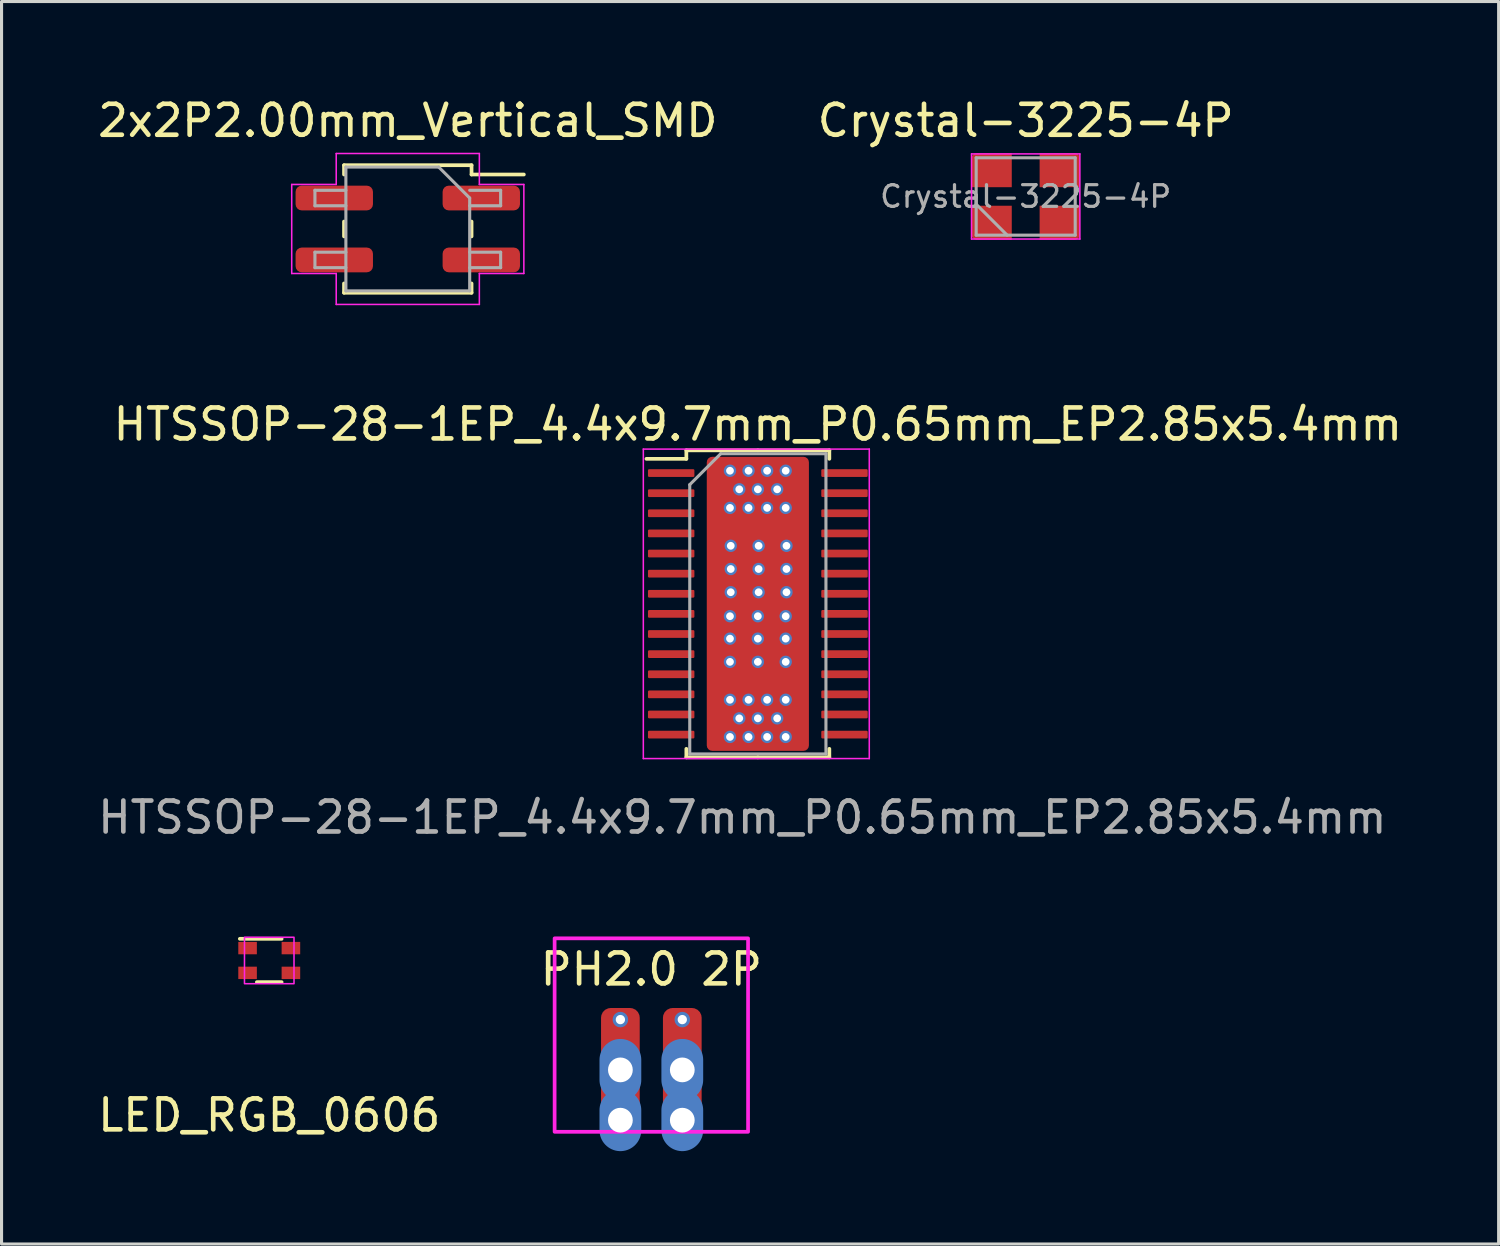
<source format=kicad_pcb>
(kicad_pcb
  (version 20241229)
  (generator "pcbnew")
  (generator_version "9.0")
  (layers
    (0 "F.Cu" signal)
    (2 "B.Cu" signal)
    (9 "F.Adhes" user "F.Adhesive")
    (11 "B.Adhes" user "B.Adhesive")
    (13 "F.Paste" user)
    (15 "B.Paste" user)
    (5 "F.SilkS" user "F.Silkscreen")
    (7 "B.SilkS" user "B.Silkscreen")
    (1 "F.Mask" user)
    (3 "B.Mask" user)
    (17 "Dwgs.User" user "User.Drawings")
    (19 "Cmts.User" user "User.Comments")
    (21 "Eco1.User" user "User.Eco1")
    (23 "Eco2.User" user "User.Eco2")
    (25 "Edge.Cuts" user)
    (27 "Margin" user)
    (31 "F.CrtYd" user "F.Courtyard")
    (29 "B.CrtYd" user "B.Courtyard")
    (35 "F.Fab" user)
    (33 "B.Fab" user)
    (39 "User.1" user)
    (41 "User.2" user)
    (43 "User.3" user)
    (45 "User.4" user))
  (footprint "Crystal-3225-4P"
    (layer "F.Cu")
    (at 30.089 3.298)
    (property "Reference" "Crystal-3225-4P" (at 0 -2.45 0) (layer "F.SilkS") (effects (font (size 1 1) (thickness 0.15))))
    (attr smd)
    (fp_line (start -1.75 -1.375) (end -1.75 1.375) (stroke (width 0.05) (type solid)) (layer "F.CrtYd"))
    (fp_line (start -1.75 1.375) (end 1.75 1.375) (stroke (width 0.05) (type solid)) (layer "F.CrtYd"))
    (fp_line (start 1.75 -1.375) (end -1.75 -1.375) (stroke (width 0.05) (type solid)) (layer "F.CrtYd"))
    (fp_line (start 1.75 1.375) (end 1.75 -1.375) (stroke (width 0.05) (type solid)) (layer "F.CrtYd"))
    (fp_line (start -1.6 -1.25) (end -1.6 1.25) (stroke (width 0.1) (type solid)) (layer "F.Fab"))
    (fp_line (start -1.6 0.25) (end -0.6 1.25) (stroke (width 0.1) (type solid)) (layer "F.Fab"))
    (fp_line (start -1.6 1.25) (end 1.6 1.25) (stroke (width 0.1) (type solid)) (layer "F.Fab"))
    (fp_line (start 1.6 -1.25) (end -1.6 -1.25) (stroke (width 0.1) (type solid)) (layer "F.Fab"))
    (fp_line (start 1.6 1.25) (end 1.6 -1.25) (stroke (width 0.1) (type solid)) (layer "F.Fab"))
    (fp_text user "${REFERENCE}" (at 0 0 0) (layer "F.Fab") (effects (font (size 0.7 0.7) (thickness 0.105))))
    (pad "1" smd roundrect (at -1.1 0.85) (size 1.3 1.1) (layers "F.Cu" "F.Mask" "F.Paste") (roundrect_rratio 0.15) (chamfer_ratio 0) (chamfer top_left top_right bottom_right))
    (pad "2" smd roundrect (at 1.1 0.85) (size 1.3 1.1) (property pad_prop_heatsink) (layers "F.Cu" "F.Mask" "F.Paste") (roundrect_rratio 0.15) (chamfer_ratio 0) (chamfer top_left top_right bottom_left))
    (pad "3" smd roundrect (at 1.1 -0.85) (size 1.3 1.1) (layers "F.Cu" "F.Mask" "F.Paste") (roundrect_rratio 0.15) (chamfer_ratio 0) (chamfer top_left bottom_left bottom_right))
    (pad "4" smd roundrect (at -1.1 -0.85) (size 1.3 1.1) (property pad_prop_heatsink) (layers "F.Cu" "F.Mask" "F.Paste") (roundrect_rratio 0.15) (chamfer_ratio 0) (chamfer top_right bottom_left bottom_right)))
  (footprint "HTSSOP-28-1EP_4.4x9.7mm_P0.65mm_EP2.85x5.4mm"
    (layer "F.Cu")
    (at 21.435 16.459)
    (property "Reference" "HTSSOP-28-1EP_4.4x9.7mm_P0.65mm_EP2.85x5.4mm" (at 0 -5.8 0) (layer "F.SilkS") (effects (font (size 1 1) (thickness 0.15))))
    (attr smd)
    (fp_rect (start -1.3 -2.5) (end 1.3 2.5) (stroke (width 0.5) (type solid)) (fill yes) (layer "F.Mask"))
    (fp_line (start -2.31 -4.96) (end -2.31 -4.685) (stroke (width 0.12) (type solid)) (layer "F.SilkS"))
    (fp_line (start -2.31 -4.685) (end -3.6 -4.685) (stroke (width 0.12) (type solid)) (layer "F.SilkS"))
    (fp_line (start -2.31 4.96) (end -2.31 4.685) (stroke (width 0.12) (type solid)) (layer "F.SilkS"))
    (fp_line (start 0 -4.96) (end -2.31 -4.96) (stroke (width 0.12) (type solid)) (layer "F.SilkS"))
    (fp_line (start 0 -4.96) (end 2.31 -4.96) (stroke (width 0.12) (type solid)) (layer "F.SilkS"))
    (fp_line (start 0 4.96) (end -2.31 4.96) (stroke (width 0.12) (type solid)) (layer "F.SilkS"))
    (fp_line (start 0 4.96) (end 2.31 4.96) (stroke (width 0.12) (type solid)) (layer "F.SilkS"))
    (fp_line (start 2.31 -4.96) (end 2.31 -4.685) (stroke (width 0.12) (type solid)) (layer "F.SilkS"))
    (fp_line (start 2.31 4.96) (end 2.31 4.685) (stroke (width 0.12) (type solid)) (layer "F.SilkS"))
    (fp_rect (start -1.2 -2.4) (end -0.8 -1.3) (stroke (width 0.5) (type solid)) (fill yes) (layer "F.Paste"))
    (fp_rect (start -1.2 -0.65) (end -0.8 0.65) (stroke (width 0.5) (type solid)) (fill yes) (layer "F.Paste"))
    (fp_rect (start -1.2 1.3) (end -0.8 2.4) (stroke (width 0.5) (type solid)) (fill yes) (layer "F.Paste"))
    (fp_rect (start -0.2 -2.4) (end 0.2 -1.3) (stroke (width 0.5) (type solid)) (fill yes) (layer "F.Paste"))
    (fp_rect (start -0.2 -0.65) (end 0.2 0.65) (stroke (width 0.5) (type solid)) (fill yes) (layer "F.Paste"))
    (fp_rect (start -0.2 1.3) (end 0.2 2.4) (stroke (width 0.5) (type solid)) (fill yes) (layer "F.Paste"))
    (fp_rect (start 0.8 -2.4) (end 1.2 -1.3) (stroke (width 0.5) (type solid)) (fill yes) (layer "F.Paste"))
    (fp_rect (start 0.8 -0.65) (end 1.2 0.65) (stroke (width 0.5) (type solid)) (fill yes) (layer "F.Paste"))
    (fp_rect (start 0.8 1.3) (end 1.2 2.4) (stroke (width 0.5) (type solid)) (fill yes) (layer "F.Paste"))
    (fp_line (start -3.7 -5) (end -3.7 5) (stroke (width 0.05) (type solid)) (layer "F.CrtYd"))
    (fp_line (start -3.7 5) (end 3.6 5) (stroke (width 0.05) (type solid)) (layer "F.CrtYd"))
    (fp_line (start 3.6 -5) (end -3.7 -5) (stroke (width 0.05) (type solid)) (layer "F.CrtYd"))
    (fp_line (start 3.6 5) (end 3.6 -5) (stroke (width 0.05) (type solid)) (layer "F.CrtYd"))
    (fp_line (start -2.2 -3.85) (end -1.2 -4.85) (stroke (width 0.1) (type solid)) (layer "F.Fab"))
    (fp_line (start -2.2 4.85) (end -2.2 -3.85) (stroke (width 0.1) (type solid)) (layer "F.Fab"))
    (fp_line (start -1.2 -4.85) (end 2.2 -4.85) (stroke (width 0.1) (type solid)) (layer "F.Fab"))
    (fp_line (start 2.2 -4.85) (end 2.2 4.85) (stroke (width 0.1) (type solid)) (layer "F.Fab"))
    (fp_line (start 2.2 4.85) (end -2.2 4.85) (stroke (width 0.1) (type solid)) (layer "F.Fab"))
    (fp_text user "${REFERENCE}" (at -0.5 6.9 0) (layer "F.Fab") (effects (font (size 1 1) (thickness 0.15))))
    (pad "1" smd roundrect (at -2.8 -4.225) (size 1.5 0.25) (layers "F.Cu" "F.Mask" "F.Paste") (roundrect_rratio 0.15))
    (pad "2" smd roundrect (at -2.8 -3.575) (size 1.5 0.25) (layers "F.Cu" "F.Mask" "F.Paste") (roundrect_rratio 0.15))
    (pad "3" smd roundrect (at -2.8 -2.925) (size 1.5 0.25) (layers "F.Cu" "F.Mask" "F.Paste") (roundrect_rratio 0.15))
    (pad "4" smd roundrect (at -2.8 -2.275) (size 1.5 0.25) (layers "F.Cu" "F.Mask" "F.Paste") (roundrect_rratio 0.15))
    (pad "5" smd roundrect (at -2.8 -1.625) (size 1.5 0.25) (layers "F.Cu" "F.Mask" "F.Paste") (roundrect_rratio 0.15))
    (pad "6" smd roundrect (at -2.8 -0.975) (size 1.5 0.25) (layers "F.Cu" "F.Mask" "F.Paste") (roundrect_rratio 0.15))
    (pad "7" smd roundrect (at -2.8 -0.325) (size 1.5 0.25) (layers "F.Cu" "F.Mask" "F.Paste") (roundrect_rratio 0.15))
    (pad "8" smd roundrect (at -2.8 0.325) (size 1.5 0.25) (layers "F.Cu" "F.Mask" "F.Paste") (roundrect_rratio 0.15))
    (pad "9" smd roundrect (at -2.8 0.975) (size 1.5 0.25) (layers "F.Cu" "F.Mask" "F.Paste") (roundrect_rratio 0.15))
    (pad "10" smd roundrect (at -2.8 1.625) (size 1.5 0.25) (layers "F.Cu" "F.Mask" "F.Paste") (roundrect_rratio 0.15))
    (pad "11" smd roundrect (at -2.8 2.275) (size 1.5 0.25) (layers "F.Cu" "F.Mask" "F.Paste") (roundrect_rratio 0.15))
    (pad "12" smd roundrect (at -2.8 2.925) (size 1.5 0.25) (layers "F.Cu" "F.Mask" "F.Paste") (roundrect_rratio 0.15))
    (pad "13" smd roundrect (at -2.8 3.575) (size 1.5 0.25) (layers "F.Cu" "F.Mask" "F.Paste") (roundrect_rratio 0.15))
    (pad "14" smd roundrect (at -2.8 4.225) (size 1.5 0.25) (layers "F.Cu" "F.Mask" "F.Paste") (roundrect_rratio 0.15))
    (pad "15" smd roundrect (at 2.8 4.225) (size 1.5 0.25) (layers "F.Cu" "F.Mask" "F.Paste") (roundrect_rratio 0.15))
    (pad "16" smd roundrect (at 2.8 3.575) (size 1.5 0.25) (layers "F.Cu" "F.Mask" "F.Paste") (roundrect_rratio 0.15))
    (pad "17" smd roundrect (at 2.8 2.925) (size 1.5 0.25) (layers "F.Cu" "F.Mask" "F.Paste") (roundrect_rratio 0.15))
    (pad "18" smd roundrect (at 2.8 2.275) (size 1.5 0.25) (layers "F.Cu" "F.Mask" "F.Paste") (roundrect_rratio 0.15))
    (pad "19" smd roundrect (at 2.8 1.625) (size 1.5 0.25) (layers "F.Cu" "F.Mask" "F.Paste") (roundrect_rratio 0.15))
    (pad "20" smd roundrect (at 2.8 0.975) (size 1.5 0.25) (layers "F.Cu" "F.Mask" "F.Paste") (roundrect_rratio 0.15))
    (pad "21" smd roundrect (at 2.8 0.325) (size 1.5 0.25) (layers "F.Cu" "F.Mask" "F.Paste") (roundrect_rratio 0.15))
    (pad "22" smd roundrect (at 2.8 -0.325) (size 1.5 0.25) (layers "F.Cu" "F.Mask" "F.Paste") (roundrect_rratio 0.15))
    (pad "23" smd roundrect (at 2.8 -0.975) (size 1.5 0.25) (layers "F.Cu" "F.Mask" "F.Paste") (roundrect_rratio 0.15))
    (pad "24" smd roundrect (at 2.8 -1.625) (size 1.5 0.25) (layers "F.Cu" "F.Mask" "F.Paste") (roundrect_rratio 0.15))
    (pad "25" smd roundrect (at 2.8 -2.275) (size 1.5 0.25) (layers "F.Cu" "F.Mask" "F.Paste") (roundrect_rratio 0.15))
    (pad "26" smd roundrect (at 2.8 -2.925) (size 1.5 0.25) (layers "F.Cu" "F.Mask" "F.Paste") (roundrect_rratio 0.15))
    (pad "27" smd roundrect (at 2.8 -3.575) (size 1.5 0.25) (layers "F.Cu" "F.Mask" "F.Paste") (roundrect_rratio 0.15))
    (pad "28" smd roundrect (at 2.8 -4.225) (size 1.5 0.25) (layers "F.Cu" "F.Mask" "F.Paste") (roundrect_rratio 0.15))
    (pad "29" thru_hole circle (at -0.9 -4.3) (size 0.4 0.4) (drill 0.25) (property pad_prop_heatsink) (layers "*.Cu"))
    (pad "29" thru_hole circle (at -0.9 -3.1) (size 0.4 0.4) (drill 0.25) (property pad_prop_heatsink) (layers "*.Cu"))
    (pad "29" thru_hole circle (at -0.9 0.4) (size 0.4 0.4) (drill 0.25) (property pad_prop_heatsink) (layers "*.Cu"))
    (pad "29" thru_hole circle (at -0.9 1.125) (size 0.4 0.4) (drill 0.25) (property pad_prop_heatsink) (layers "*.Cu"))
    (pad "29" thru_hole circle (at -0.9 1.875) (size 0.4 0.4) (drill 0.25) (property pad_prop_heatsink) (layers "*.Cu"))
    (pad "29" thru_hole circle (at -0.9 3.1) (size 0.4 0.4) (drill 0.25) (property pad_prop_heatsink) (layers "*.Cu"))
    (pad "29" thru_hole circle (at -0.9 4.3) (size 0.4 0.4) (drill 0.25) (property pad_prop_heatsink) (layers "*.Cu"))
    (pad "29" thru_hole circle (at -0.875 -1.875) (size 0.4 0.4) (drill 0.25) (property pad_prop_heatsink) (layers "*.Cu"))
    (pad "29" thru_hole circle (at -0.875 -1.125) (size 0.4 0.4) (drill 0.25) (property pad_prop_heatsink) (layers "*.Cu"))
    (pad "29" thru_hole circle (at -0.875 -0.375) (size 0.4 0.4) (drill 0.25) (property pad_prop_heatsink) (layers "*.Cu"))
    (pad "29" thru_hole circle (at -0.6 -3.7) (size 0.4 0.4) (drill 0.25) (property pad_prop_heatsink) (layers "*.Cu"))
    (pad "29" thru_hole circle (at -0.6 3.7) (size 0.4 0.4) (drill 0.25) (property pad_prop_heatsink) (layers "*.Cu"))
    (pad "29" thru_hole circle (at -0.3 -4.3) (size 0.4 0.4) (drill 0.25) (property pad_prop_heatsink) (layers "*.Cu"))
    (pad "29" thru_hole circle (at -0.3 -3.1) (size 0.4 0.4) (drill 0.25) (property pad_prop_heatsink) (layers "*.Cu"))
    (pad "29" thru_hole circle (at -0.3 3.1) (size 0.4 0.4) (drill 0.25) (property pad_prop_heatsink) (layers "*.Cu"))
    (pad "29" thru_hole circle (at -0.3 4.3) (size 0.4 0.4) (drill 0.25) (property pad_prop_heatsink) (layers "*.Cu"))
    (pad "29" thru_hole circle (at 0 -3.7) (size 0.4 0.4) (drill 0.25) (property pad_prop_heatsink) (layers "*.Cu"))
    (pad "29" smd roundrect (at 0 0) (size 3.3 9.5) (layers "F.Cu") (roundrect_rratio 0.053))
    (pad "29" thru_hole circle (at 0 0.4) (size 0.4 0.4) (drill 0.25) (property pad_prop_heatsink) (layers "*.Cu"))
    (pad "29" thru_hole circle (at 0 1.125) (size 0.4 0.4) (drill 0.25) (property pad_prop_heatsink) (layers "*.Cu"))
    (pad "29" thru_hole circle (at 0 1.875) (size 0.4 0.4) (drill 0.25) (property pad_prop_heatsink) (layers "*.Cu"))
    (pad "29" thru_hole circle (at 0 3.7) (size 0.4 0.4) (drill 0.25) (property pad_prop_heatsink) (layers "*.Cu"))
    (pad "29" thru_hole circle (at 0.025 -1.875) (size 0.4 0.4) (drill 0.25) (property pad_prop_heatsink) (layers "*.Cu"))
    (pad "29" thru_hole circle (at 0.025 -1.125) (size 0.4 0.4) (drill 0.25) (property pad_prop_heatsink) (layers "*.Cu"))
    (pad "29" thru_hole circle (at 0.025 -0.375) (size 0.4 0.4) (drill 0.25) (property pad_prop_heatsink) (layers "*.Cu"))
    (pad "29" thru_hole circle (at 0.3 -4.3) (size 0.4 0.4) (drill 0.25) (property pad_prop_heatsink) (layers "*.Cu"))
    (pad "29" thru_hole circle (at 0.3 -3.1) (size 0.4 0.4) (drill 0.25) (property pad_prop_heatsink) (layers "*.Cu"))
    (pad "29" thru_hole circle (at 0.3 3.1) (size 0.4 0.4) (drill 0.25) (property pad_prop_heatsink) (layers "*.Cu"))
    (pad "29" thru_hole circle (at 0.3 4.3) (size 0.4 0.4) (drill 0.25) (property pad_prop_heatsink) (layers "*.Cu"))
    (pad "29" thru_hole circle (at 0.625 -3.7) (size 0.4 0.4) (drill 0.25) (property pad_prop_heatsink) (layers "*.Cu"))
    (pad "29" thru_hole circle (at 0.625 3.7) (size 0.4 0.4) (drill 0.25) (property pad_prop_heatsink) (layers "*.Cu"))
    (pad "29" thru_hole circle (at 0.9 -4.3) (size 0.4 0.4) (drill 0.25) (property pad_prop_heatsink) (layers "*.Cu"))
    (pad "29" thru_hole circle (at 0.9 -3.1) (size 0.4 0.4) (drill 0.25) (property pad_prop_heatsink) (layers "*.Cu"))
    (pad "29" thru_hole circle (at 0.9 0.4) (size 0.4 0.4) (drill 0.25) (property pad_prop_heatsink) (layers "*.Cu"))
    (pad "29" thru_hole circle (at 0.9 1.125) (size 0.4 0.4) (drill 0.25) (property pad_prop_heatsink) (layers "*.Cu"))
    (pad "29" thru_hole circle (at 0.9 1.875) (size 0.4 0.4) (drill 0.25) (property pad_prop_heatsink) (layers "*.Cu"))
    (pad "29" thru_hole circle (at 0.9 3.1) (size 0.4 0.4) (drill 0.25) (property pad_prop_heatsink) (layers "*.Cu"))
    (pad "29" thru_hole circle (at 0.9 4.3) (size 0.4 0.4) (drill 0.25) (property pad_prop_heatsink) (layers "*.Cu"))
    (pad "29" thru_hole circle (at 0.925 -1.875) (size 0.4 0.4) (drill 0.25) (property pad_prop_heatsink) (layers "*.Cu"))
    (pad "29" thru_hole circle (at 0.925 -1.125) (size 0.4 0.4) (drill 0.25) (property pad_prop_heatsink) (layers "*.Cu"))
    (pad "29" thru_hole circle (at 0.925 -0.375) (size 0.4 0.4) (drill 0.25) (property pad_prop_heatsink) (layers "*.Cu")))
  (footprint "2x2P2.00mm_Vertical_SMD"
    (layer "F.Cu")
    (at 10.125 4.348)
    (property "Reference" "2x2P2.00mm_Vertical_SMD" (at 0 -3.5 0) (layer "F.SilkS") (effects (font (size 1 1) (thickness 0.15))))
    (attr smd)
    (fp_line (start -2.06 -2.06) (end -2.06 -1.76) (stroke (width 0.12) (type solid)) (layer "F.SilkS"))
    (fp_line (start -2.06 -2.06) (end 2.06 -2.06) (stroke (width 0.12) (type solid)) (layer "F.SilkS"))
    (fp_line (start -2.06 -0.24) (end -2.06 0.24) (stroke (width 0.12) (type solid)) (layer "F.SilkS"))
    (fp_line (start -2.06 1.76) (end -2.06 2.06) (stroke (width 0.12) (type solid)) (layer "F.SilkS"))
    (fp_line (start -2.06 2.06) (end 2.06 2.06) (stroke (width 0.12) (type solid)) (layer "F.SilkS"))
    (fp_line (start 2.06 -2.06) (end 2.06 -1.76) (stroke (width 0.12) (type solid)) (layer "F.SilkS"))
    (fp_line (start 2.06 -1.76) (end 3.75 -1.76) (stroke (width 0.12) (type solid)) (layer "F.SilkS"))
    (fp_line (start 2.06 -0.24) (end 2.06 0.24) (stroke (width 0.12) (type solid)) (layer "F.SilkS"))
    (fp_line (start 2.06 1.76) (end 2.06 2.06) (stroke (width 0.12) (type solid)) (layer "F.SilkS"))
    (fp_line (start -3.75 1.438) (end -3.75 -1.438) (stroke (width 0.05) (type default)) (layer "F.CrtYd"))
    (fp_line (start -2.312 -2.438) (end 2.312 -2.438) (stroke (width 0.05) (type default)) (layer "F.CrtYd"))
    (fp_line (start -2.312 -1.438) (end -3.75 -1.438) (stroke (width 0.05) (type default)) (layer "F.CrtYd"))
    (fp_line (start -2.312 -1.438) (end -2.312 -2.438) (stroke (width 0.05) (type default)) (layer "F.CrtYd"))
    (fp_line (start -2.312 1.438) (end -3.75 1.438) (stroke (width 0.05) (type default)) (layer "F.CrtYd"))
    (fp_line (start -2.312 2.438) (end -2.312 1.438) (stroke (width 0.05) (type default)) (layer "F.CrtYd"))
    (fp_line (start 2.312 -2.438) (end 2.312 -1.438) (stroke (width 0.05) (type default)) (layer "F.CrtYd"))
    (fp_line (start 2.312 -1.438) (end 3.75 -1.438) (stroke (width 0.05) (type default)) (layer "F.CrtYd"))
    (fp_line (start 2.312 1.438) (end 3.75 1.438) (stroke (width 0.05) (type default)) (layer "F.CrtYd"))
    (fp_line (start 2.312 2.438) (end -2.312 2.438) (stroke (width 0.05) (type default)) (layer "F.CrtYd"))
    (fp_line (start 2.312 2.438) (end 2.312 1.438) (stroke (width 0.05) (type default)) (layer "F.CrtYd"))
    (fp_line (start 3.75 -1.438) (end 3.75 1.438) (stroke (width 0.05) (type default)) (layer "F.CrtYd"))
    (fp_line (start -3 -1.25) (end -2 -1.25) (stroke (width 0.1) (type solid)) (layer "F.Fab"))
    (fp_line (start -3 -0.75) (end -3 -1.25) (stroke (width 0.1) (type solid)) (layer "F.Fab"))
    (fp_line (start -3 0.75) (end -2 0.75) (stroke (width 0.1) (type solid)) (layer "F.Fab"))
    (fp_line (start -3 1.25) (end -3 0.75) (stroke (width 0.1) (type solid)) (layer "F.Fab"))
    (fp_line (start -2 -2) (end 1 -2) (stroke (width 0.1) (type solid)) (layer "F.Fab"))
    (fp_line (start -2 -0.75) (end -3 -0.75) (stroke (width 0.1) (type solid)) (layer "F.Fab"))
    (fp_line (start -2 1.25) (end -3 1.25) (stroke (width 0.1) (type solid)) (layer "F.Fab"))
    (fp_line (start -2 2) (end -2 -2) (stroke (width 0.1) (type solid)) (layer "F.Fab"))
    (fp_line (start 1 -2) (end 2 -1) (stroke (width 0.1) (type solid)) (layer "F.Fab"))
    (fp_line (start 2 -1.25) (end 3 -1.25) (stroke (width 0.1) (type solid)) (layer "F.Fab"))
    (fp_line (start 2 -1) (end 2 2) (stroke (width 0.1) (type solid)) (layer "F.Fab"))
    (fp_line (start 2 0.75) (end 3 0.75) (stroke (width 0.1) (type solid)) (layer "F.Fab"))
    (fp_line (start 2 2) (end -2 2) (stroke (width 0.1) (type solid)) (layer "F.Fab"))
    (fp_line (start 3 -1.25) (end 3 -0.75) (stroke (width 0.1) (type solid)) (layer "F.Fab"))
    (fp_line (start 3 -0.75) (end 2 -0.75) (stroke (width 0.1) (type solid)) (layer "F.Fab"))
    (fp_line (start 3 0.75) (end 3 1.25) (stroke (width 0.1) (type solid)) (layer "F.Fab"))
    (fp_line (start 3 1.25) (end 2 1.25) (stroke (width 0.1) (type solid)) (layer "F.Fab"))
    (pad "1" smd roundrect (at 2.375 -1) (size 2.5 0.8) (layers "F.Cu" "F.Mask" "F.Paste") (roundrect_rratio 0.25))
    (pad "2" smd roundrect (at -2.375 -1) (size 2.5 0.8) (layers "F.Cu" "F.Mask" "F.Paste") (roundrect_rratio 0.25))
    (pad "3" smd roundrect (at 2.375 1) (size 2.5 0.8) (layers "F.Cu" "F.Mask" "F.Paste") (roundrect_rratio 0.25))
    (pad "4" smd roundrect (at -2.375 1) (size 2.5 0.8) (layers "F.Cu" "F.Mask" "F.Paste") (roundrect_rratio 0.25)))
  (footprint "PH2.0 2P"
    (layer "F.Cu")
    (at 17.994 30.642)
    (property "Reference" "PH2.0 2P" (at 0 -2.375 0) (unlocked yes) (layer "F.SilkS") (effects (font (size 1 1) (thickness 0.15))))
    (attr through_hole)
    (fp_rect (start -3.125 2.875) (end 3.125 -3.375) (stroke (width 0.12) (type default)) (fill no) (layer "F.CrtYd"))
    (pad "1" thru_hole circle (at -1 -0.75) (size 0.5 0.5) (drill 0.3) (property pad_prop_heatsink) (layers "*.Cu"))
    (pad "1" smd roundrect (at -1 0.688) (size 1.25 3.625) (layers "F.Cu" "F.Mask") (roundrect_rratio 0.25) (chamfer_ratio 0) (chamfer bottom_left bottom_right))
    (pad "1" thru_hole circle (at -1 0.875) (size 1.25 1.25) (drill 0.8) (layers "*.Cu" "*.Mask"))
    (pad "1" smd oval (at -1 0.875) (size 1.35 2) (layers "B.Cu" "B.Mask"))
    (pad "1" thru_hole circle (at -1 2.5) (size 1.25 1.25) (drill 0.8) (layers "*.Cu" "*.Mask"))
    (pad "1" smd oval (at -1 2.5) (size 1.35 2) (layers "B.Cu" "B.Mask"))
    (pad "2" thru_hole circle (at 1 -0.75) (size 0.5 0.5) (drill 0.3) (property pad_prop_heatsink) (layers "*.Cu"))
    (pad "2" smd roundrect (at 1 0.688) (size 1.25 3.625) (layers "F.Cu" "F.Mask") (roundrect_rratio 0.25) (chamfer_ratio 0) (chamfer bottom_left bottom_right))
    (pad "2" thru_hole circle (at 1 0.875) (size 1.25 1.25) (drill 0.8) (layers "*.Cu" "*.Mask"))
    (pad "2" smd oval (at 1 0.875) (size 1.35 2) (layers "B.Cu" "B.Mask"))
    (pad "2" thru_hole circle (at 1 2.5) (size 1.25 1.25) (drill 0.8) (layers "*.Cu" "*.Mask"))
    (pad "2" smd oval (at 1 2.5) (size 1.35 2) (layers "B.Cu" "B.Mask")))
  (footprint "LED_RGB_0606"
    (layer "F.Cu")
    (at 5.649 27.982)
    (property "Reference" "LED_RGB_0606" (at 0 5 0) (unlocked yes) (layer "F.SilkS") (effects (font (size 1 1) (thickness 0.15))))
    (attr smd)
    (fp_line (start -0.4 0.7) (end 0.4 0.7) (stroke (width 0.12) (type default)) (layer "F.SilkS"))
    (fp_line (start 0.4 -0.7) (end -0.95 -0.7) (stroke (width 0.12) (type default)) (layer "F.SilkS"))
    (fp_rect (start -0.8 -0.75) (end 0.8 0.75) (stroke (width 0.05) (type default)) (fill no) (layer "F.CrtYd"))
    (pad "1" smd rect (at -0.7 -0.4 270) (size 0.4 0.6) (layers "F.Cu" "F.Mask" "F.Paste"))
    (pad "2" smd rect (at 0.7 -0.4 270) (size 0.4 0.6) (layers "F.Cu" "F.Mask" "F.Paste"))
    (pad "3" smd rect (at 0.7 0.4 270) (size 0.4 0.6) (layers "F.Cu" "F.Mask" "F.Paste"))
    (pad "4" smd rect (at -0.7 0.4 270) (size 0.4 0.6) (layers "F.Cu" "F.Mask" "F.Paste")))
  (gr_rect
    (start -3 -3)
    (end 45.369 37.142)
    (stroke (width 0.1) (type default))
    (fill no)
    (layer "Edge.Cuts")))
</source>
